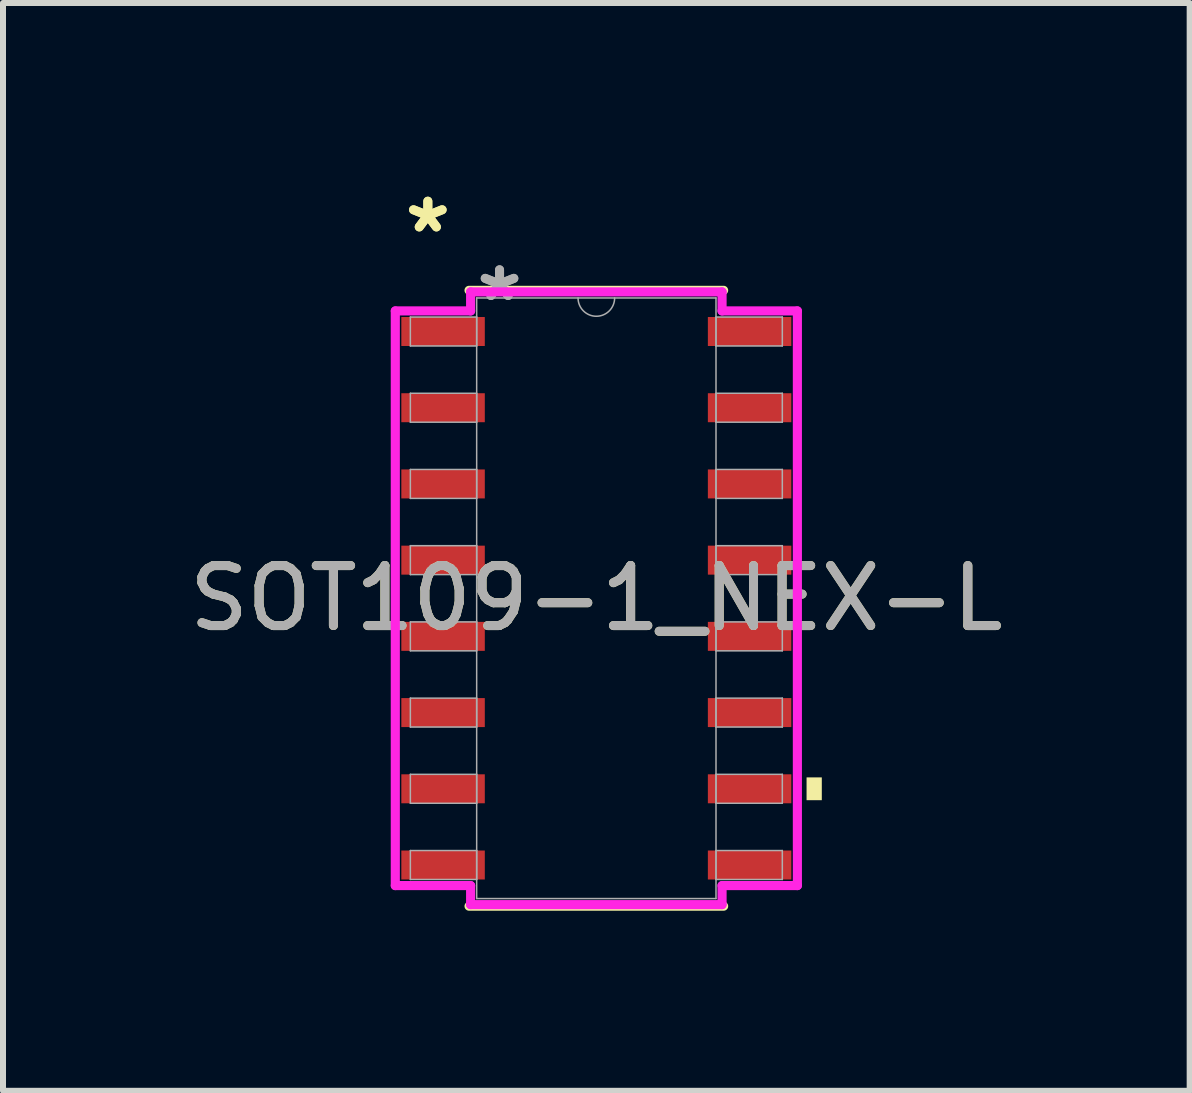
<source format=kicad_pcb>
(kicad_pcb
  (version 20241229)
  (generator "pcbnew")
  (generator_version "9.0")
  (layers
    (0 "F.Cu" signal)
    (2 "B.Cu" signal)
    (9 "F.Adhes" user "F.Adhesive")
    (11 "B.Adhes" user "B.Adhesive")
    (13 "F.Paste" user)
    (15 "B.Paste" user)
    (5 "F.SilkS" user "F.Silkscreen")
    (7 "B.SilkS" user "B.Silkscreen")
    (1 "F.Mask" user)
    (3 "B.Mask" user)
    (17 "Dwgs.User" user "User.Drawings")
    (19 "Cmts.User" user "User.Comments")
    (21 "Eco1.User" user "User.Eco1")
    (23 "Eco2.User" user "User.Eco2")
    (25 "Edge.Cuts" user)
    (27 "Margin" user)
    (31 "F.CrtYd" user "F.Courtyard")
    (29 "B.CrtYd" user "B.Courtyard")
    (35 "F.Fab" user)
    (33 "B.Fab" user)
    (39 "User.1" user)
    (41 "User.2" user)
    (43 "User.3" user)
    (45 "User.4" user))
  (footprint "SOT109-1_NEX-L"
    (layer "F.Cu")
    (at 6.887 6.919)
    (property "Reference" "SOT109-1_NEX-L" (at 0 0 0) (unlocked yes) (layer "F.SilkS") (effects (font (size 1 1) (thickness 0.15))))
    (attr smd)
    (fp_line (start -2.121 5.131) (end 2.121 5.131) (stroke (width 0.152) (type solid)) (layer "F.SilkS"))
    (fp_line (start 2.121 -5.131) (end -2.121 -5.131) (stroke (width 0.152) (type solid)) (layer "F.SilkS"))
    (fp_poly (pts (xy 3.757 2.985) (xy 3.757 3.365) (xy 3.503 3.365) (xy 3.503 2.985)) (stroke (width 0) (type solid)) (fill yes) (layer "F.SilkS"))
    (fp_line (start -3.35 -4.788) (end -2.095 -4.788) (stroke (width 0.152) (type solid)) (layer "F.CrtYd"))
    (fp_line (start -3.35 4.788) (end -3.35 -4.788) (stroke (width 0.152) (type solid)) (layer "F.CrtYd"))
    (fp_line (start -3.35 4.788) (end -2.095 4.788) (stroke (width 0.152) (type solid)) (layer "F.CrtYd"))
    (fp_line (start -2.095 -5.105) (end 2.095 -5.105) (stroke (width 0.152) (type solid)) (layer "F.CrtYd"))
    (fp_line (start -2.095 -4.788) (end -2.095 -5.105) (stroke (width 0.152) (type solid)) (layer "F.CrtYd"))
    (fp_line (start -2.095 5.105) (end -2.095 4.788) (stroke (width 0.152) (type solid)) (layer "F.CrtYd"))
    (fp_line (start 2.095 -5.105) (end 2.095 -4.788) (stroke (width 0.152) (type solid)) (layer "F.CrtYd"))
    (fp_line (start 2.095 4.788) (end 2.095 5.105) (stroke (width 0.152) (type solid)) (layer "F.CrtYd"))
    (fp_line (start 2.095 5.105) (end -2.095 5.105) (stroke (width 0.152) (type solid)) (layer "F.CrtYd"))
    (fp_line (start 3.35 -4.788) (end 2.095 -4.788) (stroke (width 0.152) (type solid)) (layer "F.CrtYd"))
    (fp_line (start 3.35 -4.788) (end 3.35 4.788) (stroke (width 0.152) (type solid)) (layer "F.CrtYd"))
    (fp_line (start 3.35 4.788) (end 2.095 4.788) (stroke (width 0.152) (type solid)) (layer "F.CrtYd"))
    (fp_line (start -3.099 -4.686) (end -3.099 -4.204) (stroke (width 0.025) (type solid)) (layer "F.Fab"))
    (fp_line (start -3.099 -4.204) (end -1.994 -4.204) (stroke (width 0.025) (type solid)) (layer "F.Fab"))
    (fp_line (start -3.099 -3.416) (end -3.099 -2.934) (stroke (width 0.025) (type solid)) (layer "F.Fab"))
    (fp_line (start -3.099 -2.934) (end -1.994 -2.934) (stroke (width 0.025) (type solid)) (layer "F.Fab"))
    (fp_line (start -3.099 -2.146) (end -3.099 -1.664) (stroke (width 0.025) (type solid)) (layer "F.Fab"))
    (fp_line (start -3.099 -1.664) (end -1.994 -1.664) (stroke (width 0.025) (type solid)) (layer "F.Fab"))
    (fp_line (start -3.099 -0.876) (end -3.099 -0.394) (stroke (width 0.025) (type solid)) (layer "F.Fab"))
    (fp_line (start -3.099 -0.394) (end -1.994 -0.394) (stroke (width 0.025) (type solid)) (layer "F.Fab"))
    (fp_line (start -3.099 0.394) (end -3.099 0.876) (stroke (width 0.025) (type solid)) (layer "F.Fab"))
    (fp_line (start -3.099 0.876) (end -1.994 0.876) (stroke (width 0.025) (type solid)) (layer "F.Fab"))
    (fp_line (start -3.099 1.664) (end -3.099 2.146) (stroke (width 0.025) (type solid)) (layer "F.Fab"))
    (fp_line (start -3.099 2.146) (end -1.994 2.146) (stroke (width 0.025) (type solid)) (layer "F.Fab"))
    (fp_line (start -3.099 2.934) (end -3.099 3.416) (stroke (width 0.025) (type solid)) (layer "F.Fab"))
    (fp_line (start -3.099 3.416) (end -1.994 3.416) (stroke (width 0.025) (type solid)) (layer "F.Fab"))
    (fp_line (start -3.099 4.204) (end -3.099 4.686) (stroke (width 0.025) (type solid)) (layer "F.Fab"))
    (fp_line (start -3.099 4.686) (end -1.994 4.686) (stroke (width 0.025) (type solid)) (layer "F.Fab"))
    (fp_line (start -1.994 -5.004) (end -1.994 5.004) (stroke (width 0.025) (type solid)) (layer "F.Fab"))
    (fp_line (start -1.994 -4.686) (end -3.099 -4.686) (stroke (width 0.025) (type solid)) (layer "F.Fab"))
    (fp_line (start -1.994 -4.204) (end -1.994 -4.686) (stroke (width 0.025) (type solid)) (layer "F.Fab"))
    (fp_line (start -1.994 -3.416) (end -3.099 -3.416) (stroke (width 0.025) (type solid)) (layer "F.Fab"))
    (fp_line (start -1.994 -2.934) (end -1.994 -3.416) (stroke (width 0.025) (type solid)) (layer "F.Fab"))
    (fp_line (start -1.994 -2.146) (end -3.099 -2.146) (stroke (width 0.025) (type solid)) (layer "F.Fab"))
    (fp_line (start -1.994 -1.664) (end -1.994 -2.146) (stroke (width 0.025) (type solid)) (layer "F.Fab"))
    (fp_line (start -1.994 -0.876) (end -3.099 -0.876) (stroke (width 0.025) (type solid)) (layer "F.Fab"))
    (fp_line (start -1.994 -0.394) (end -1.994 -0.876) (stroke (width 0.025) (type solid)) (layer "F.Fab"))
    (fp_line (start -1.994 0.394) (end -3.099 0.394) (stroke (width 0.025) (type solid)) (layer "F.Fab"))
    (fp_line (start -1.994 0.876) (end -1.994 0.394) (stroke (width 0.025) (type solid)) (layer "F.Fab"))
    (fp_line (start -1.994 1.664) (end -3.099 1.664) (stroke (width 0.025) (type solid)) (layer "F.Fab"))
    (fp_line (start -1.994 2.146) (end -1.994 1.664) (stroke (width 0.025) (type solid)) (layer "F.Fab"))
    (fp_line (start -1.994 2.934) (end -3.099 2.934) (stroke (width 0.025) (type solid)) (layer "F.Fab"))
    (fp_line (start -1.994 3.416) (end -1.994 2.934) (stroke (width 0.025) (type solid)) (layer "F.Fab"))
    (fp_line (start -1.994 4.204) (end -3.099 4.204) (stroke (width 0.025) (type solid)) (layer "F.Fab"))
    (fp_line (start -1.994 4.686) (end -1.994 4.204) (stroke (width 0.025) (type solid)) (layer "F.Fab"))
    (fp_line (start -1.994 5.004) (end 1.994 5.004) (stroke (width 0.025) (type solid)) (layer "F.Fab"))
    (fp_line (start 1.994 -5.004) (end -1.994 -5.004) (stroke (width 0.025) (type solid)) (layer "F.Fab"))
    (fp_line (start 1.994 -4.686) (end 1.994 -4.204) (stroke (width 0.025) (type solid)) (layer "F.Fab"))
    (fp_line (start 1.994 -4.204) (end 3.099 -4.204) (stroke (width 0.025) (type solid)) (layer "F.Fab"))
    (fp_line (start 1.994 -3.416) (end 1.994 -2.934) (stroke (width 0.025) (type solid)) (layer "F.Fab"))
    (fp_line (start 1.994 -2.934) (end 3.099 -2.934) (stroke (width 0.025) (type solid)) (layer "F.Fab"))
    (fp_line (start 1.994 -2.146) (end 1.994 -1.664) (stroke (width 0.025) (type solid)) (layer "F.Fab"))
    (fp_line (start 1.994 -1.664) (end 3.099 -1.664) (stroke (width 0.025) (type solid)) (layer "F.Fab"))
    (fp_line (start 1.994 -0.876) (end 1.994 -0.394) (stroke (width 0.025) (type solid)) (layer "F.Fab"))
    (fp_line (start 1.994 -0.394) (end 3.099 -0.394) (stroke (width 0.025) (type solid)) (layer "F.Fab"))
    (fp_line (start 1.994 0.394) (end 1.994 0.876) (stroke (width 0.025) (type solid)) (layer "F.Fab"))
    (fp_line (start 1.994 0.876) (end 3.099 0.876) (stroke (width 0.025) (type solid)) (layer "F.Fab"))
    (fp_line (start 1.994 1.664) (end 1.994 2.146) (stroke (width 0.025) (type solid)) (layer "F.Fab"))
    (fp_line (start 1.994 2.146) (end 3.099 2.146) (stroke (width 0.025) (type solid)) (layer "F.Fab"))
    (fp_line (start 1.994 2.934) (end 1.994 3.416) (stroke (width 0.025) (type solid)) (layer "F.Fab"))
    (fp_line (start 1.994 3.416) (end 3.099 3.416) (stroke (width 0.025) (type solid)) (layer "F.Fab"))
    (fp_line (start 1.994 4.204) (end 1.994 4.686) (stroke (width 0.025) (type solid)) (layer "F.Fab"))
    (fp_line (start 1.994 4.686) (end 3.099 4.686) (stroke (width 0.025) (type solid)) (layer "F.Fab"))
    (fp_line (start 1.994 5.004) (end 1.994 -5.004) (stroke (width 0.025) (type solid)) (layer "F.Fab"))
    (fp_line (start 3.099 -4.686) (end 1.994 -4.686) (stroke (width 0.025) (type solid)) (layer "F.Fab"))
    (fp_line (start 3.099 -4.204) (end 3.099 -4.686) (stroke (width 0.025) (type solid)) (layer "F.Fab"))
    (fp_line (start 3.099 -3.416) (end 1.994 -3.416) (stroke (width 0.025) (type solid)) (layer "F.Fab"))
    (fp_line (start 3.099 -2.934) (end 3.099 -3.416) (stroke (width 0.025) (type solid)) (layer "F.Fab"))
    (fp_line (start 3.099 -2.146) (end 1.994 -2.146) (stroke (width 0.025) (type solid)) (layer "F.Fab"))
    (fp_line (start 3.099 -1.664) (end 3.099 -2.146) (stroke (width 0.025) (type solid)) (layer "F.Fab"))
    (fp_line (start 3.099 -0.876) (end 1.994 -0.876) (stroke (width 0.025) (type solid)) (layer "F.Fab"))
    (fp_line (start 3.099 -0.394) (end 3.099 -0.876) (stroke (width 0.025) (type solid)) (layer "F.Fab"))
    (fp_line (start 3.099 0.394) (end 1.994 0.394) (stroke (width 0.025) (type solid)) (layer "F.Fab"))
    (fp_line (start 3.099 0.876) (end 3.099 0.394) (stroke (width 0.025) (type solid)) (layer "F.Fab"))
    (fp_line (start 3.099 1.664) (end 1.994 1.664) (stroke (width 0.025) (type solid)) (layer "F.Fab"))
    (fp_line (start 3.099 2.146) (end 3.099 1.664) (stroke (width 0.025) (type solid)) (layer "F.Fab"))
    (fp_line (start 3.099 2.934) (end 1.994 2.934) (stroke (width 0.025) (type solid)) (layer "F.Fab"))
    (fp_line (start 3.099 3.416) (end 3.099 2.934) (stroke (width 0.025) (type solid)) (layer "F.Fab"))
    (fp_line (start 3.099 4.204) (end 1.994 4.204) (stroke (width 0.025) (type solid)) (layer "F.Fab"))
    (fp_line (start 3.099 4.686) (end 3.099 4.204) (stroke (width 0.025) (type solid)) (layer "F.Fab"))
    (fp_arc (start 0.3048 -5.0038) (mid 0 -4.699) (end -0.3048 -5.0038) (stroke (width 0.0254) (type solid)) (layer "F.Fab"))
    (fp_text user "*" (at -2.808 -6.071 0) (layer "F.SilkS") (effects (font (size 1 1) (thickness 0.15))))
    (fp_text user "*" (at -2.808 -6.071 0) (unlocked yes) (layer "F.SilkS") (effects (font (size 1 1) (thickness 0.15))))
    (fp_text user "*" (at -1.613 -4.928 0) (unlocked yes) (layer "F.Fab") (effects (font (size 1 1) (thickness 0.15))))
    (fp_text user "${REFERENCE}" (at 0 0 0) (unlocked yes) (layer "F.Fab") (effects (font (size 1 1) (thickness 0.15))))
    (fp_text user "*" (at -1.613 -4.928 0) (layer "F.Fab") (effects (font (size 1 1) (thickness 0.15))))
    (pad "1" smd rect (at -2.554 -4.445) (size 1.391 0.483) (layers "F.Cu" "F.Mask" "F.Paste"))
    (pad "2" smd rect (at -2.554 -3.175) (size 1.391 0.483) (layers "F.Cu" "F.Mask" "F.Paste"))
    (pad "3" smd rect (at -2.554 -1.905) (size 1.391 0.483) (layers "F.Cu" "F.Mask" "F.Paste"))
    (pad "4" smd rect (at -2.554 -0.635) (size 1.391 0.483) (layers "F.Cu" "F.Mask" "F.Paste"))
    (pad "5" smd rect (at -2.554 0.635) (size 1.391 0.483) (layers "F.Cu" "F.Mask" "F.Paste"))
    (pad "6" smd rect (at -2.554 1.905) (size 1.391 0.483) (layers "F.Cu" "F.Mask" "F.Paste"))
    (pad "7" smd rect (at -2.554 3.175) (size 1.391 0.483) (layers "F.Cu" "F.Mask" "F.Paste"))
    (pad "8" smd rect (at -2.554 4.445) (size 1.391 0.483) (layers "F.Cu" "F.Mask" "F.Paste"))
    (pad "9" smd rect (at 2.554 4.445) (size 1.391 0.483) (layers "F.Cu" "F.Mask" "F.Paste"))
    (pad "10" smd rect (at 2.554 3.175) (size 1.391 0.483) (layers "F.Cu" "F.Mask" "F.Paste"))
    (pad "11" smd rect (at 2.554 1.905) (size 1.391 0.483) (layers "F.Cu" "F.Mask" "F.Paste"))
    (pad "12" smd rect (at 2.554 0.635) (size 1.391 0.483) (layers "F.Cu" "F.Mask" "F.Paste"))
    (pad "13" smd rect (at 2.554 -0.635) (size 1.391 0.483) (layers "F.Cu" "F.Mask" "F.Paste"))
    (pad "14" smd rect (at 2.554 -1.905) (size 1.391 0.483) (layers "F.Cu" "F.Mask" "F.Paste"))
    (pad "15" smd rect (at 2.554 -3.175) (size 1.391 0.483) (layers "F.Cu" "F.Mask" "F.Paste"))
    (pad "16" smd rect (at 2.554 -4.445) (size 1.391 0.483) (layers "F.Cu" "F.Mask" "F.Paste")))
  (gr_rect
    (start -3 -3)
    (end 16.774 15.126)
    (stroke (width 0.1) (type default))
    (fill no)
    (layer "Edge.Cuts")))
</source>
